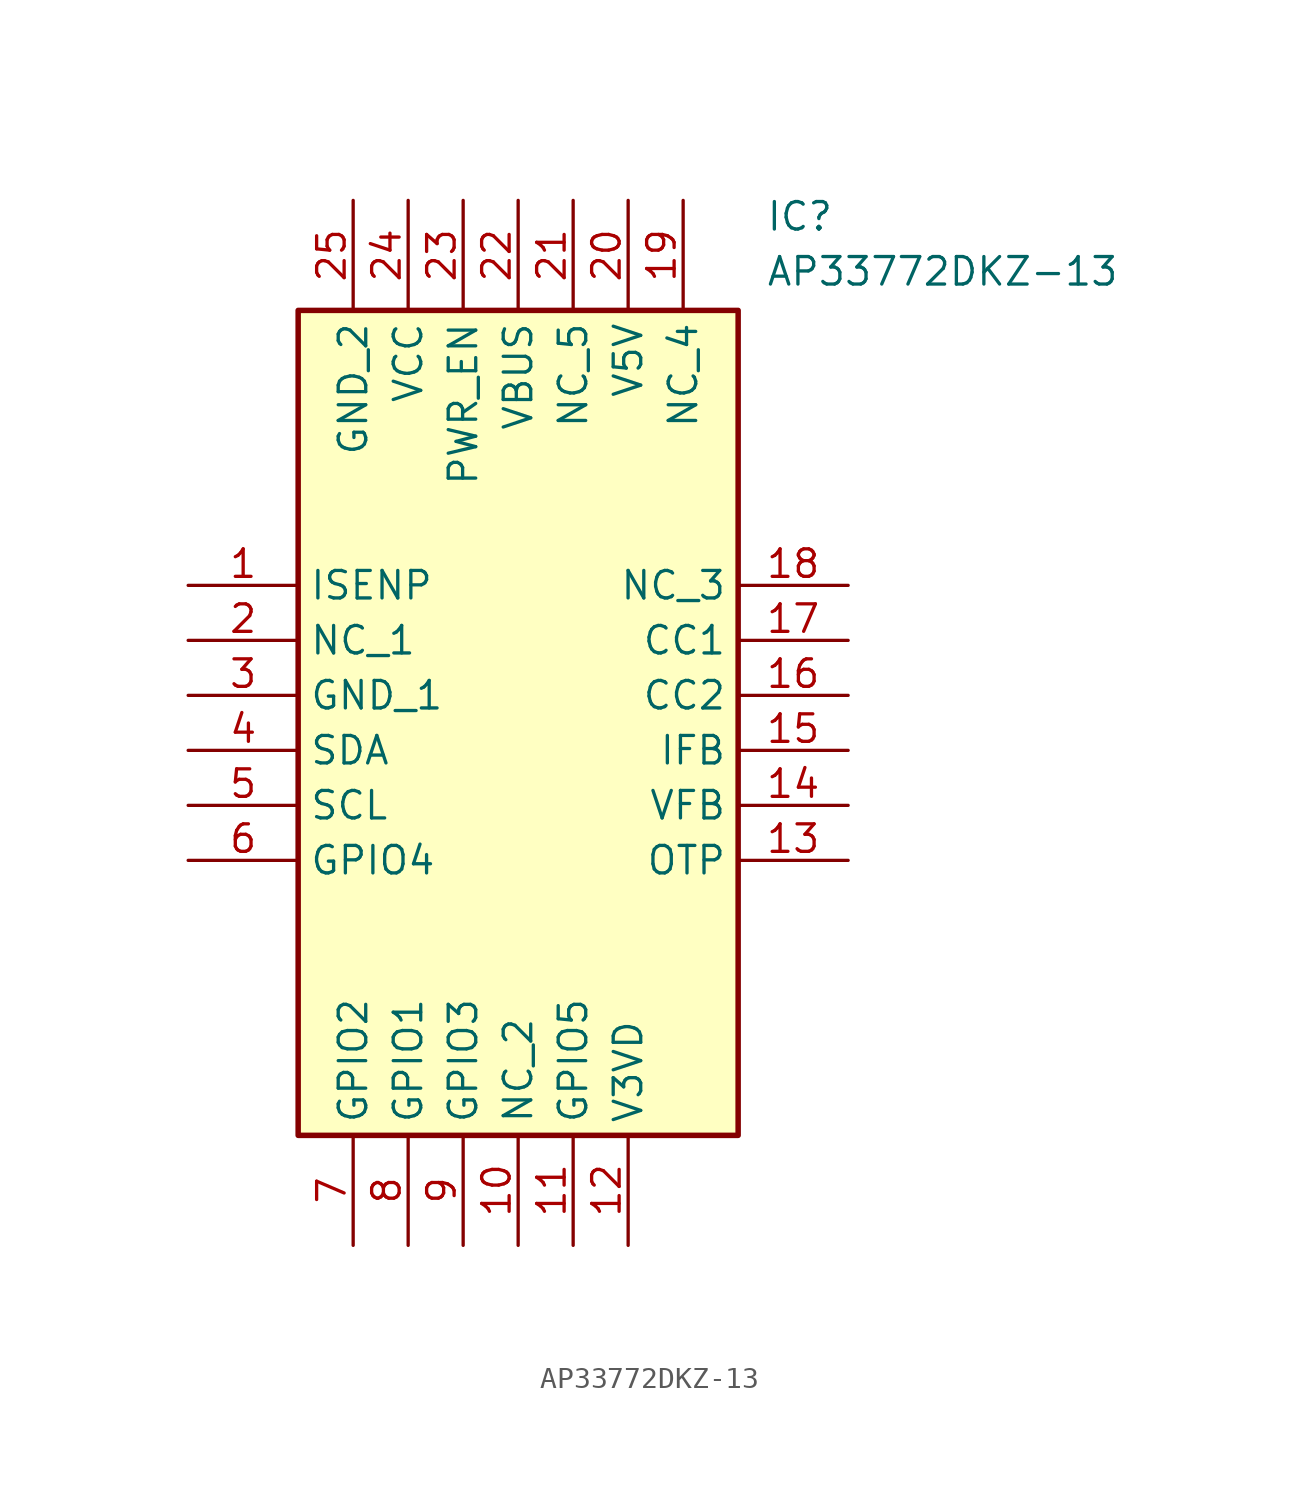
<source format=kicad_sym>
(kicad_symbol_lib
  (version 20211014)
  (generator SamacSys_ECAD_Model)
  (symbol "AP33772DKZ-13"
    (property "Reference" "IC"
      (at 26.67 17.78 0)
      (effects (font (size 1.27 1.27)) (justify left top)))
    (property "Value" "AP33772DKZ-13"
      (at 26.67 15.24 0)
      (effects (font (size 1.27 1.27)) (justify left top)))
    (rectangle
      (start 5.08 12.7)
      (end 25.4 -25.4)
      (stroke (width 0.254) (type default))
      (fill (type background)))
    (pin passive line
      (at 0 0 0)
      (length 5.08)
      (name "ISENP" (effects (font (size 1.27 1.27))))
      (number "1" (effects (font (size 1.27 1.27)))))
    (pin passive line
      (at 0 -2.54 0)
      (length 5.08)
      (name "NC_1" (effects (font (size 1.27 1.27))))
      (number "2" (effects (font (size 1.27 1.27)))))
    (pin passive line
      (at 0 -5.08 0)
      (length 5.08)
      (name "GND_1" (effects (font (size 1.27 1.27))))
      (number "3" (effects (font (size 1.27 1.27)))))
    (pin passive line
      (at 0 -7.62 0)
      (length 5.08)
      (name "SDA" (effects (font (size 1.27 1.27))))
      (number "4" (effects (font (size 1.27 1.27)))))
    (pin passive line
      (at 0 -10.16 0)
      (length 5.08)
      (name "SCL" (effects (font (size 1.27 1.27))))
      (number "5" (effects (font (size 1.27 1.27)))))
    (pin passive line
      (at 0 -12.7 0)
      (length 5.08)
      (name "GPIO4" (effects (font (size 1.27 1.27))))
      (number "6" (effects (font (size 1.27 1.27)))))
    (pin passive line
      (at 7.62 -30.48 90)
      (length 5.08)
      (name "GPIO2" (effects (font (size 1.27 1.27))))
      (number "7" (effects (font (size 1.27 1.27)))))
    (pin passive line
      (at 10.16 -30.48 90)
      (length 5.08)
      (name "GPIO1" (effects (font (size 1.27 1.27))))
      (number "8" (effects (font (size 1.27 1.27)))))
    (pin passive line
      (at 12.7 -30.48 90)
      (length 5.08)
      (name "GPIO3" (effects (font (size 1.27 1.27))))
      (number "9" (effects (font (size 1.27 1.27)))))
    (pin passive line
      (at 15.24 -30.48 90)
      (length 5.08)
      (name "NC_2" (effects (font (size 1.27 1.27))))
      (number "10" (effects (font (size 1.27 1.27)))))
    (pin passive line
      (at 17.78 -30.48 90)
      (length 5.08)
      (name "GPIO5" (effects (font (size 1.27 1.27))))
      (number "11" (effects (font (size 1.27 1.27)))))
    (pin passive line
      (at 20.32 -30.48 90)
      (length 5.08)
      (name "V3VD" (effects (font (size 1.27 1.27))))
      (number "12" (effects (font (size 1.27 1.27)))))
    (pin passive line
      (at 30.48 0 180)
      (length 5.08)
      (name "NC_3" (effects (font (size 1.27 1.27))))
      (number "18" (effects (font (size 1.27 1.27)))))
    (pin passive line
      (at 30.48 -2.54 180)
      (length 5.08)
      (name "CC1" (effects (font (size 1.27 1.27))))
      (number "17" (effects (font (size 1.27 1.27)))))
    (pin passive line
      (at 30.48 -5.08 180)
      (length 5.08)
      (name "CC2" (effects (font (size 1.27 1.27))))
      (number "16" (effects (font (size 1.27 1.27)))))
    (pin passive line
      (at 30.48 -7.62 180)
      (length 5.08)
      (name "IFB" (effects (font (size 1.27 1.27))))
      (number "15" (effects (font (size 1.27 1.27)))))
    (pin passive line
      (at 30.48 -10.16 180)
      (length 5.08)
      (name "VFB" (effects (font (size 1.27 1.27))))
      (number "14" (effects (font (size 1.27 1.27)))))
    (pin passive line
      (at 30.48 -12.7 180)
      (length 5.08)
      (name "OTP" (effects (font (size 1.27 1.27))))
      (number "13" (effects (font (size 1.27 1.27)))))
    (pin passive line
      (at 7.62 17.78 270)
      (length 5.08)
      (name "GND_2" (effects (font (size 1.27 1.27))))
      (number "25" (effects (font (size 1.27 1.27)))))
    (pin passive line
      (at 10.16 17.78 270)
      (length 5.08)
      (name "VCC" (effects (font (size 1.27 1.27))))
      (number "24" (effects (font (size 1.27 1.27)))))
    (pin passive line
      (at 12.7 17.78 270)
      (length 5.08)
      (name "PWR_EN" (effects (font (size 1.27 1.27))))
      (number "23" (effects (font (size 1.27 1.27)))))
    (pin passive line
      (at 15.24 17.78 270)
      (length 5.08)
      (name "VBUS" (effects (font (size 1.27 1.27))))
      (number "22" (effects (font (size 1.27 1.27)))))
    (pin passive line
      (at 17.78 17.78 270)
      (length 5.08)
      (name "NC_5" (effects (font (size 1.27 1.27))))
      (number "21" (effects (font (size 1.27 1.27)))))
    (pin passive line
      (at 20.32 17.78 270)
      (length 5.08)
      (name "V5V" (effects (font (size 1.27 1.27))))
      (number "20" (effects (font (size 1.27 1.27)))))
    (pin passive line
      (at 22.86 17.78 270)
      (length 5.08)
      (name "NC_4" (effects (font (size 1.27 1.27))))
      (number "19" (effects (font (size 1.27 1.27)))))))
</source>
